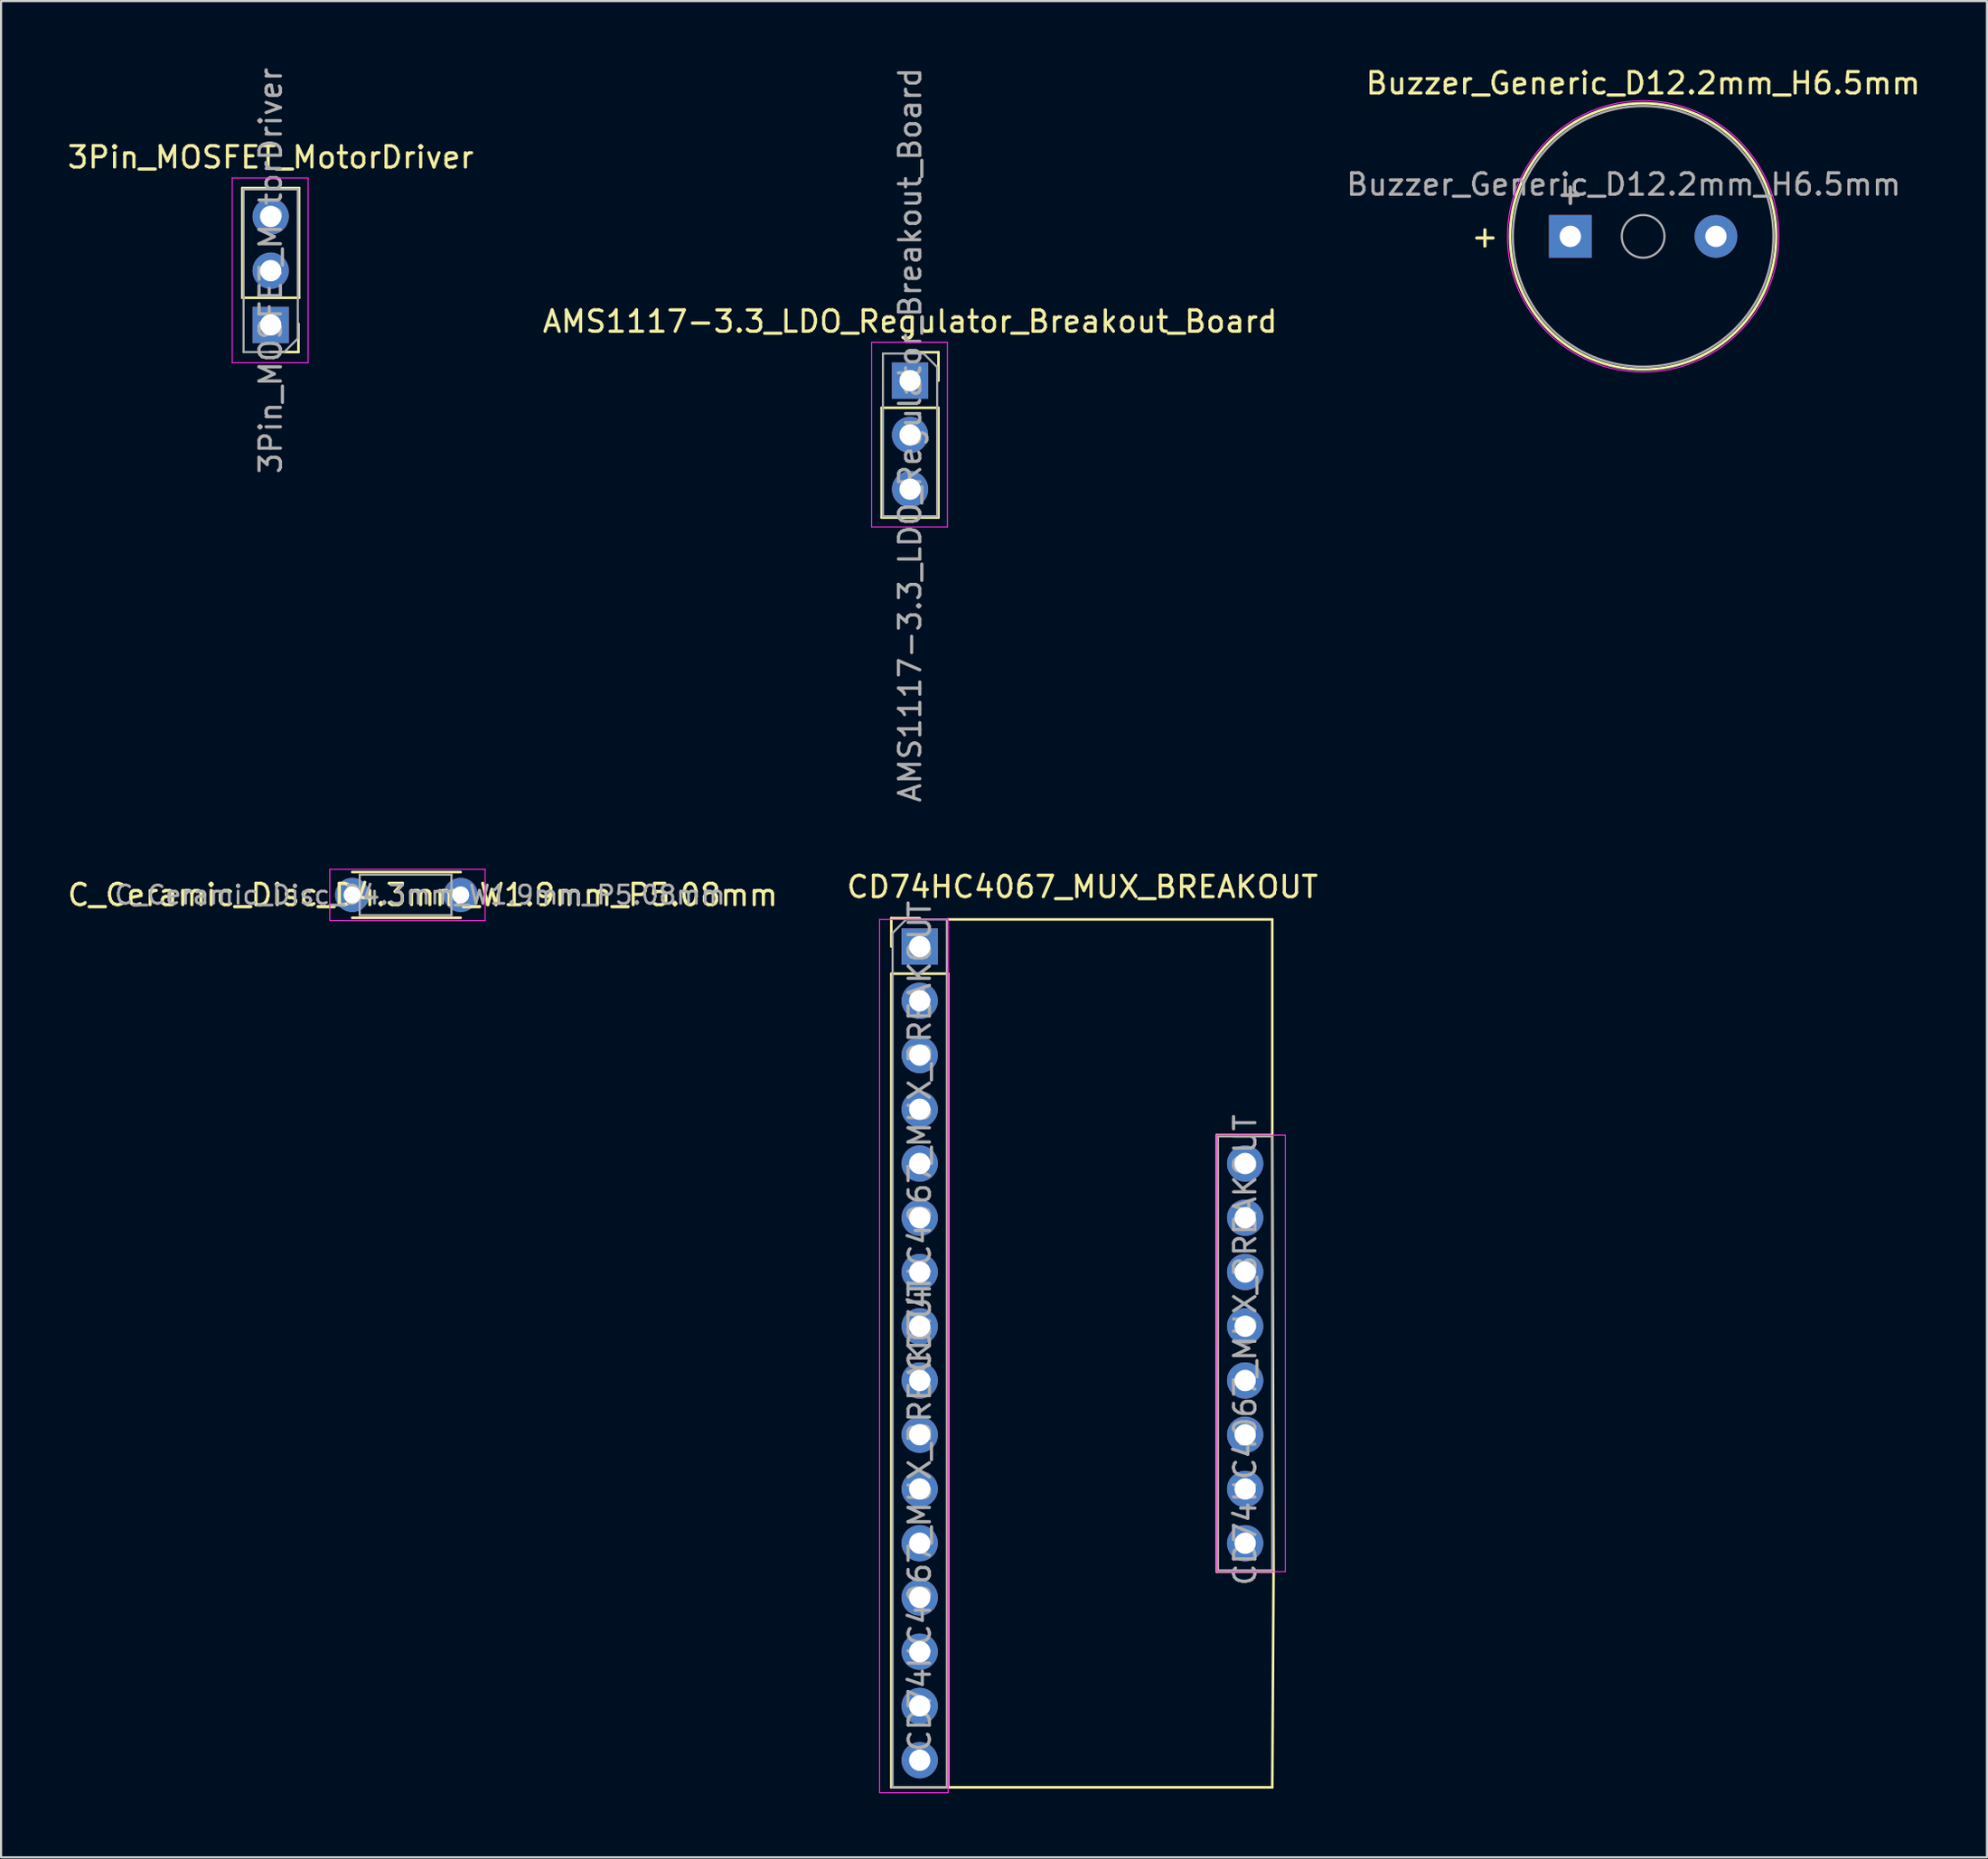
<source format=kicad_pcb>
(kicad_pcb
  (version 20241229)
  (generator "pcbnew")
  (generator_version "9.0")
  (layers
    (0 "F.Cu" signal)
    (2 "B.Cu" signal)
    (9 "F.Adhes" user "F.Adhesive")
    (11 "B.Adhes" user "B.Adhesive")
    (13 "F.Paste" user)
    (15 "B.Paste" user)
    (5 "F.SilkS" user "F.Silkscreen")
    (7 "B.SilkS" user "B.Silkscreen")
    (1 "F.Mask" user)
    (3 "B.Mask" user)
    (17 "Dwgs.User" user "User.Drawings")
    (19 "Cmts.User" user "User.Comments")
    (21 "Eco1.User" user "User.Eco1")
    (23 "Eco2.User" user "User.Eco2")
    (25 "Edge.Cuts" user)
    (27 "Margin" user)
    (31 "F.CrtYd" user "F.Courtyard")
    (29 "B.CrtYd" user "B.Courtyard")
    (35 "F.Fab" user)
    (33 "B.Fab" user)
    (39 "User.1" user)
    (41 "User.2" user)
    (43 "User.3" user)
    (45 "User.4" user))
  (footprint "Buzzer_Generic_D12.2mm_H6.5mm"
    (layer "F.Cu")
    (at 70.482 8.018)
    (property "Reference" "Buzzer_Generic_D12.2mm_H6.5mm" (at 3.41 -7.17 0) (layer "F.SilkS") (effects (font (size 1 1) (thickness 0.15))))
    (attr through_hole)
    (fp_circle (center 3.41 0) (end 9.64 0) (stroke (width 0.12) (type solid)) (fill no) (layer "F.SilkS"))
    (fp_circle (center 3.41 0) (end 9.76 0) (stroke (width 0.05) (type solid)) (fill no) (layer "F.CrtYd"))
    (fp_circle (center 3.41 0) (end 4.41 0) (stroke (width 0.1) (type solid)) (fill no) (layer "F.Fab"))
    (fp_circle (center 3.41 0) (end 9.51 0) (stroke (width 0.1) (type solid)) (fill no) (layer "F.Fab"))
    (fp_text user "+" (at -4 0 0) (layer "F.SilkS") (effects (font (size 1 1) (thickness 0.15))))
    (fp_text user "+" (at 0 -2 0) (layer "F.SilkS") (effects (font (size 1 1) (thickness 0.15))))
    (fp_text user "${REFERENCE}" (at 2.5 -2.43 0) (layer "F.Fab") (effects (font (size 1 1) (thickness 0.15))))
    (fp_text user "+" (at 0 -2 0) (layer "F.Fab") (effects (font (size 1 1) (thickness 0.15))))
    (pad "1" thru_hole rect (at 0 0) (size 2 2) (drill 1) (layers "*.Cu" "*.Mask"))
    (pad "2" thru_hole circle (at 6.82 0) (size 2 2) (drill 1) (layers "*.Cu" "*.Mask")))
  (footprint "3Pin_MOSFET_MotorDriver"
    (layer "F.Cu")
    (at 9.625 7.085)
    (property "Reference" "3Pin_MOSFET_MotorDriver" (at 0 -2.77 0) (layer "F.SilkS") (effects (font (size 1 1) (thickness 0.15))))
    (attr through_hole)
    (fp_line (start -1.33 -1.33) (end -1.33 3.81) (stroke (width 0.12) (type solid)) (layer "F.SilkS"))
    (fp_line (start -1.33 -1.33) (end 1.33 -1.33) (stroke (width 0.12) (type solid)) (layer "F.SilkS"))
    (fp_line (start -1.33 3.81) (end 1.33 3.81) (stroke (width 0.12) (type solid)) (layer "F.SilkS"))
    (fp_line (start 1.3 5.02) (end 1.3 6.35) (stroke (width 0.12) (type solid)) (layer "F.SilkS"))
    (fp_line (start 1.3 6.35) (end -0.03 6.35) (stroke (width 0.12) (type solid)) (layer "F.SilkS"))
    (fp_line (start 1.33 -1.33) (end 1.33 3.81) (stroke (width 0.12) (type solid)) (layer "F.SilkS"))
    (fp_line (start -1.8 -1.8) (end 1.75 -1.8) (stroke (width 0.05) (type solid)) (layer "F.CrtYd"))
    (fp_line (start -1.8 6.85) (end -1.8 -1.8) (stroke (width 0.05) (type solid)) (layer "F.CrtYd"))
    (fp_line (start 1.75 -1.8) (end 1.75 6.85) (stroke (width 0.05) (type solid)) (layer "F.CrtYd"))
    (fp_line (start 1.75 6.85) (end -1.8 6.85) (stroke (width 0.05) (type solid)) (layer "F.CrtYd"))
    (fp_line (start -1.27 -1.27) (end 1.27 -1.27) (stroke (width 0.1) (type solid)) (layer "F.Fab"))
    (fp_line (start -1.27 6.35) (end -1.27 -1.27) (stroke (width 0.1) (type solid)) (layer "F.Fab"))
    (fp_line (start 0.635 6.35) (end -1.27 6.35) (stroke (width 0.1) (type solid)) (layer "F.Fab"))
    (fp_line (start 1.27 -1.27) (end 1.27 5.715) (stroke (width 0.1) (type solid)) (layer "F.Fab"))
    (fp_line (start 1.27 5.715) (end 0.635 6.35) (stroke (width 0.1) (type solid)) (layer "F.Fab"))
    (fp_text user "${REFERENCE}" (at 0 2.54 90) (layer "F.Fab") (effects (font (size 1 1) (thickness 0.15))))
    (pad "1" thru_hole rect (at 0 5.08) (size 1.7 1.7) (drill 1) (layers "*.Cu" "*.Mask"))
    (pad "2" thru_hole oval (at 0 2.54) (size 1.7 1.7) (drill 1) (layers "*.Cu" "*.Mask"))
    (pad "3" thru_hole circle (at 0 0) (size 1.7 1.7) (drill 1) (layers "*.Cu" "*.Mask")))
  (footprint "C_Ceramic_Disc_D4.3mm_W1.9mm_P5.08mm"
    (layer "F.Cu")
    (at 13.442 38.856)
    (property "Reference" "C_Ceramic_Disc_D4.3mm_W1.9mm_P5.08mm" (at 3.302 0 0) (layer "F.SilkS") (effects (font (size 1 1) (thickness 0.15))))
    (attr through_hole)
    (fp_line (start 0 -1.07) (end 5.08 -1.07) (stroke (width 0.12) (type solid)) (layer "F.SilkS"))
    (fp_line (start 0 1.07) (end 5.08 1.07) (stroke (width 0.12) (type solid)) (layer "F.SilkS"))
    (fp_line (start -1.05 -1.2) (end -1.05 1.2) (stroke (width 0.05) (type solid)) (layer "F.CrtYd"))
    (fp_line (start -1.05 1.2) (end 6.223 1.2) (stroke (width 0.05) (type solid)) (layer "F.CrtYd"))
    (fp_line (start 6.223 -1.2) (end -1.05 -1.2) (stroke (width 0.05) (type solid)) (layer "F.CrtYd"))
    (fp_line (start 6.223 1.2) (end 6.223 -1.2) (stroke (width 0.05) (type solid)) (layer "F.CrtYd"))
    (fp_line (start 0.35 -0.95) (end 0.35 0.95) (stroke (width 0.1) (type solid)) (layer "F.Fab"))
    (fp_line (start 0.35 0.95) (end 4.65 0.95) (stroke (width 0.1) (type solid)) (layer "F.Fab"))
    (fp_line (start 4.65 -0.95) (end 0.35 -0.95) (stroke (width 0.1) (type solid)) (layer "F.Fab"))
    (fp_line (start 4.65 0.95) (end 4.65 -0.95) (stroke (width 0.1) (type solid)) (layer "F.Fab"))
    (fp_text user "${REFERENCE}" (at 3.175 0 0) (layer "F.Fab") (effects (font (size 0.86 0.86) (thickness 0.129))))
    (pad "1" thru_hole circle (at 0 0) (size 1.6 1.6) (drill 0.8) (layers "*.Cu" "*.Mask"))
    (pad "2" thru_hole circle (at 5.08 0) (size 1.6 1.6) (drill 0.8) (layers "*.Cu" "*.Mask")))
  (footprint "AMS1117-3.3_LDO_Regulator_Breakout_Board"
    (layer "F.Cu")
    (at 39.565 14.775)
    (property "Reference" "AMS1117-3.3_LDO_Regulator_Breakout_Board" (at 0 -2.77 0) (layer "F.SilkS") (effects (font (size 1 1) (thickness 0.15))))
    (attr through_hole)
    (fp_line (start -1.33 1.27) (end -1.33 6.41) (stroke (width 0.12) (type solid)) (layer "F.SilkS"))
    (fp_line (start -1.33 1.27) (end 1.33 1.27) (stroke (width 0.12) (type solid)) (layer "F.SilkS"))
    (fp_line (start -1.33 6.41) (end 1.33 6.41) (stroke (width 0.12) (type solid)) (layer "F.SilkS"))
    (fp_line (start 0 -1.33) (end 1.33 -1.33) (stroke (width 0.12) (type solid)) (layer "F.SilkS"))
    (fp_line (start 1.33 -1.33) (end 1.33 0) (stroke (width 0.12) (type solid)) (layer "F.SilkS"))
    (fp_line (start 1.33 1.27) (end 1.33 6.41) (stroke (width 0.12) (type solid)) (layer "F.SilkS"))
    (fp_line (start -1.8 -1.8) (end 1.75 -1.8) (stroke (width 0.05) (type solid)) (layer "F.CrtYd"))
    (fp_line (start -1.8 6.85) (end -1.8 -1.8) (stroke (width 0.05) (type solid)) (layer "F.CrtYd"))
    (fp_line (start 1.75 -1.8) (end 1.75 6.85) (stroke (width 0.05) (type solid)) (layer "F.CrtYd"))
    (fp_line (start 1.75 6.85) (end -1.8 6.85) (stroke (width 0.05) (type solid)) (layer "F.CrtYd"))
    (fp_line (start -1.27 -1.27) (end 0.635 -1.27) (stroke (width 0.1) (type solid)) (layer "F.Fab"))
    (fp_line (start -1.27 6.35) (end -1.27 -1.27) (stroke (width 0.1) (type solid)) (layer "F.Fab"))
    (fp_line (start 0.635 -1.27) (end 1.27 -0.635) (stroke (width 0.1) (type solid)) (layer "F.Fab"))
    (fp_line (start 1.27 -0.635) (end 1.27 6.35) (stroke (width 0.1) (type solid)) (layer "F.Fab"))
    (fp_line (start 1.27 6.35) (end -1.27 6.35) (stroke (width 0.1) (type solid)) (layer "F.Fab"))
    (fp_text user "${REFERENCE}" (at 0 2.54 90) (layer "F.Fab") (effects (font (size 1 1) (thickness 0.15))))
    (pad "1" thru_hole rect (at 0 0) (size 1.7 1.7) (drill 1) (layers "*.Cu" "*.Mask"))
    (pad "2" thru_hole oval (at 0 2.54) (size 1.7 1.7) (drill 1) (layers "*.Cu" "*.Mask"))
    (pad "3" thru_hole oval (at 0 5.08) (size 1.7 1.7) (drill 1) (layers "*.Cu" "*.Mask")))
  (footprint "CD74HC4067_MUX_BREAKOUT"
    (layer "F.Cu")
    (at 47.637 60.323)
    (property "Reference" "CD74HC4067_MUX_BREAKOUT" (at 0 -21.844 0) (layer "F.SilkS") (effects (font (size 1 1) (thickness 0.15))))
    (attr through_hole)
    (fp_line (start -8.95 -20.38) (end -7.62 -20.38) (stroke (width 0.12) (type solid)) (layer "F.SilkS"))
    (fp_line (start -8.95 -19.05) (end -8.95 -20.38) (stroke (width 0.12) (type solid)) (layer "F.SilkS"))
    (fp_line (start -8.95 -17.78) (end -8.95 20.32) (stroke (width 0.12) (type solid)) (layer "F.SilkS"))
    (fp_line (start -8.95 -17.78) (end -6.29 -17.78) (stroke (width 0.12) (type solid)) (layer "F.SilkS"))
    (fp_line (start -8.95 20.32) (end -6.29 20.32) (stroke (width 0.12) (type solid)) (layer "F.SilkS"))
    (fp_line (start -6.29 -17.78) (end -6.29 20.32) (stroke (width 0.12) (type solid)) (layer "F.SilkS"))
    (fp_line (start -6.29 20.32) (end 8.89 20.32) (stroke (width 0.12) (type solid)) (layer "F.SilkS"))
    (fp_line (start 6.29 -10.22) (end 8.89 -10.22) (stroke (width 0.12) (type solid)) (layer "F.SilkS"))
    (fp_line (start 6.29 -7.62) (end 6.29 -10.22) (stroke (width 0.12) (type solid)) (layer "F.SilkS"))
    (fp_line (start 6.29 -7.62) (end 6.29 10.22) (stroke (width 0.12) (type solid)) (layer "F.SilkS"))
    (fp_line (start 6.29 10.22) (end 8.95 10.22) (stroke (width 0.12) (type solid)) (layer "F.SilkS"))
    (fp_line (start 8.89 -20.32) (end -6.32 -20.32) (stroke (width 0.12) (type solid)) (layer "F.SilkS"))
    (fp_line (start 8.89 -20.32) (end 8.89 -10.22) (stroke (width 0.12) (type solid)) (layer "F.SilkS"))
    (fp_line (start 8.89 -10.22) (end 8.95 10.22) (stroke (width 0.12) (type solid)) (layer "F.SilkS"))
    (fp_line (start 8.95 10.22) (end 8.89 20.32) (stroke (width 0.12) (type solid)) (layer "F.SilkS"))
    (fp_line (start -9.5 -20.32) (end -9.5 20.574) (stroke (width 0.05) (type solid)) (layer "F.CrtYd"))
    (fp_line (start -9.5 20.574) (end -6.29 20.574) (stroke (width 0.05) (type solid)) (layer "F.CrtYd"))
    (fp_line (start -6.29 -20.32) (end -9.5 -20.32) (stroke (width 0.05) (type solid)) (layer "F.CrtYd"))
    (fp_line (start -6.29 -20.32) (end -6.29 20.574) (stroke (width 0.05) (type solid)) (layer "F.CrtYd"))
    (fp_line (start 6.29 -10.22) (end 9.5 -10.22) (stroke (width 0.05) (type solid)) (layer "F.CrtYd"))
    (fp_line (start 6.29 10.22) (end 6.29 -10.22) (stroke (width 0.05) (type solid)) (layer "F.CrtYd"))
    (fp_line (start 6.29 10.22) (end 9.5 10.22) (stroke (width 0.05) (type solid)) (layer "F.CrtYd"))
    (fp_line (start 9.5 10.22) (end 9.5 -10.22) (stroke (width 0.05) (type solid)) (layer "F.CrtYd"))
    (fp_line (start -8.89 -19.685) (end -8.255 -20.32) (stroke (width 0.1) (type solid)) (layer "F.Fab"))
    (fp_line (start -8.89 20.32) (end -8.89 -19.685) (stroke (width 0.1) (type solid)) (layer "F.Fab"))
    (fp_line (start -8.255 -20.32) (end -6.35 -20.32) (stroke (width 0.1) (type solid)) (layer "F.Fab"))
    (fp_line (start -6.35 -20.32) (end -6.35 20.32) (stroke (width 0.1) (type solid)) (layer "F.Fab"))
    (fp_line (start -6.35 20.32) (end -8.89 20.32) (stroke (width 0.1) (type solid)) (layer "F.Fab"))
    (fp_line (start 6.35 -10.16) (end 8.89 -10.16) (stroke (width 0.1) (type solid)) (layer "F.Fab"))
    (fp_line (start 6.35 10.16) (end 6.35 -10.16) (stroke (width 0.1) (type solid)) (layer "F.Fab"))
    (fp_line (start 8.89 -10.16) (end 8.89 10.16) (stroke (width 0.1) (type solid)) (layer "F.Fab"))
    (fp_line (start 8.89 10.16) (end 6.35 10.16) (stroke (width 0.1) (type solid)) (layer "F.Fab"))
    (fp_text user "${REFERENCE}" (at 7.62 -0.16 90) (layer "F.Fab") (effects (font (size 1 1) (thickness 0.15))))
    (fp_text user "${REFERENCE}" (at -7.62 -10.16 90) (layer "F.Fab") (effects (font (size 1 1) (thickness 0.15))))
    (fp_text user "${REFERENCE}" (at -7.62 7.62 90) (layer "F.Fab") (effects (font (size 1 1) (thickness 0.15))))
    (pad "1" thru_hole rect (at -7.62 -19.05) (size 1.7 1.7) (drill 1) (layers "*.Cu" "*.Mask"))
    (pad "2" thru_hole oval (at -7.62 -16.51) (size 1.7 1.7) (drill 1) (layers "*.Cu" "*.Mask"))
    (pad "3" thru_hole oval (at -7.62 -13.97) (size 1.7 1.7) (drill 1) (layers "*.Cu" "*.Mask"))
    (pad "4" thru_hole oval (at -7.62 -11.43) (size 1.7 1.7) (drill 1) (layers "*.Cu" "*.Mask"))
    (pad "5" thru_hole oval (at -7.62 -8.89) (size 1.7 1.7) (drill 1) (layers "*.Cu" "*.Mask"))
    (pad "6" thru_hole oval (at -7.62 -6.35) (size 1.7 1.7) (drill 1) (layers "*.Cu" "*.Mask"))
    (pad "7" thru_hole oval (at -7.62 -3.81) (size 1.7 1.7) (drill 1) (layers "*.Cu" "*.Mask"))
    (pad "8" thru_hole oval (at -7.62 -1.27) (size 1.7 1.7) (drill 1) (layers "*.Cu" "*.Mask"))
    (pad "9" thru_hole oval (at -7.62 1.27) (size 1.7 1.7) (drill 1) (layers "*.Cu" "*.Mask"))
    (pad "10" thru_hole oval (at -7.62 3.81) (size 1.7 1.7) (drill 1) (layers "*.Cu" "*.Mask"))
    (pad "11" thru_hole oval (at -7.62 6.35) (size 1.7 1.7) (drill 1) (layers "*.Cu" "*.Mask"))
    (pad "12" thru_hole oval (at -7.62 8.89) (size 1.7 1.7) (drill 1) (layers "*.Cu" "*.Mask"))
    (pad "13" thru_hole oval (at -7.62 11.43) (size 1.7 1.7) (drill 1) (layers "*.Cu" "*.Mask"))
    (pad "14" thru_hole oval (at -7.62 13.97) (size 1.7 1.7) (drill 1) (layers "*.Cu" "*.Mask"))
    (pad "15" thru_hole oval (at -7.62 16.51) (size 1.7 1.7) (drill 1) (layers "*.Cu" "*.Mask"))
    (pad "16" thru_hole oval (at -7.62 19.05) (size 1.7 1.7) (drill 1) (layers "*.Cu" "*.Mask"))
    (pad "17" thru_hole oval (at 7.62 8.89) (size 1.7 1.7) (drill 1) (layers "*.Cu" "*.Mask"))
    (pad "18" thru_hole oval (at 7.62 6.35) (size 1.7 1.7) (drill 1) (layers "*.Cu" "*.Mask"))
    (pad "19" thru_hole oval (at 7.62 3.81) (size 1.7 1.7) (drill 1) (layers "*.Cu" "*.Mask"))
    (pad "20" thru_hole oval (at 7.62 1.27) (size 1.7 1.7) (drill 1) (layers "*.Cu" "*.Mask"))
    (pad "21" thru_hole oval (at 7.62 -1.27) (size 1.7 1.7) (drill 1) (layers "*.Cu" "*.Mask"))
    (pad "22" thru_hole oval (at 7.62 -3.81) (size 1.7 1.7) (drill 1) (layers "*.Cu" "*.Mask"))
    (pad "23" thru_hole oval (at 7.62 -6.35) (size 1.7 1.7) (drill 1) (layers "*.Cu" "*.Mask"))
    (pad "24" thru_hole circle (at 7.62 -8.89) (size 1.7 1.7) (drill 1) (layers "*.Cu" "*.Mask")))
  (gr_rect
    (start -3 -3)
    (end 89.993 83.922)
    (stroke (width 0.1) (type default))
    (fill no)
    (layer "Edge.Cuts")))
</source>
